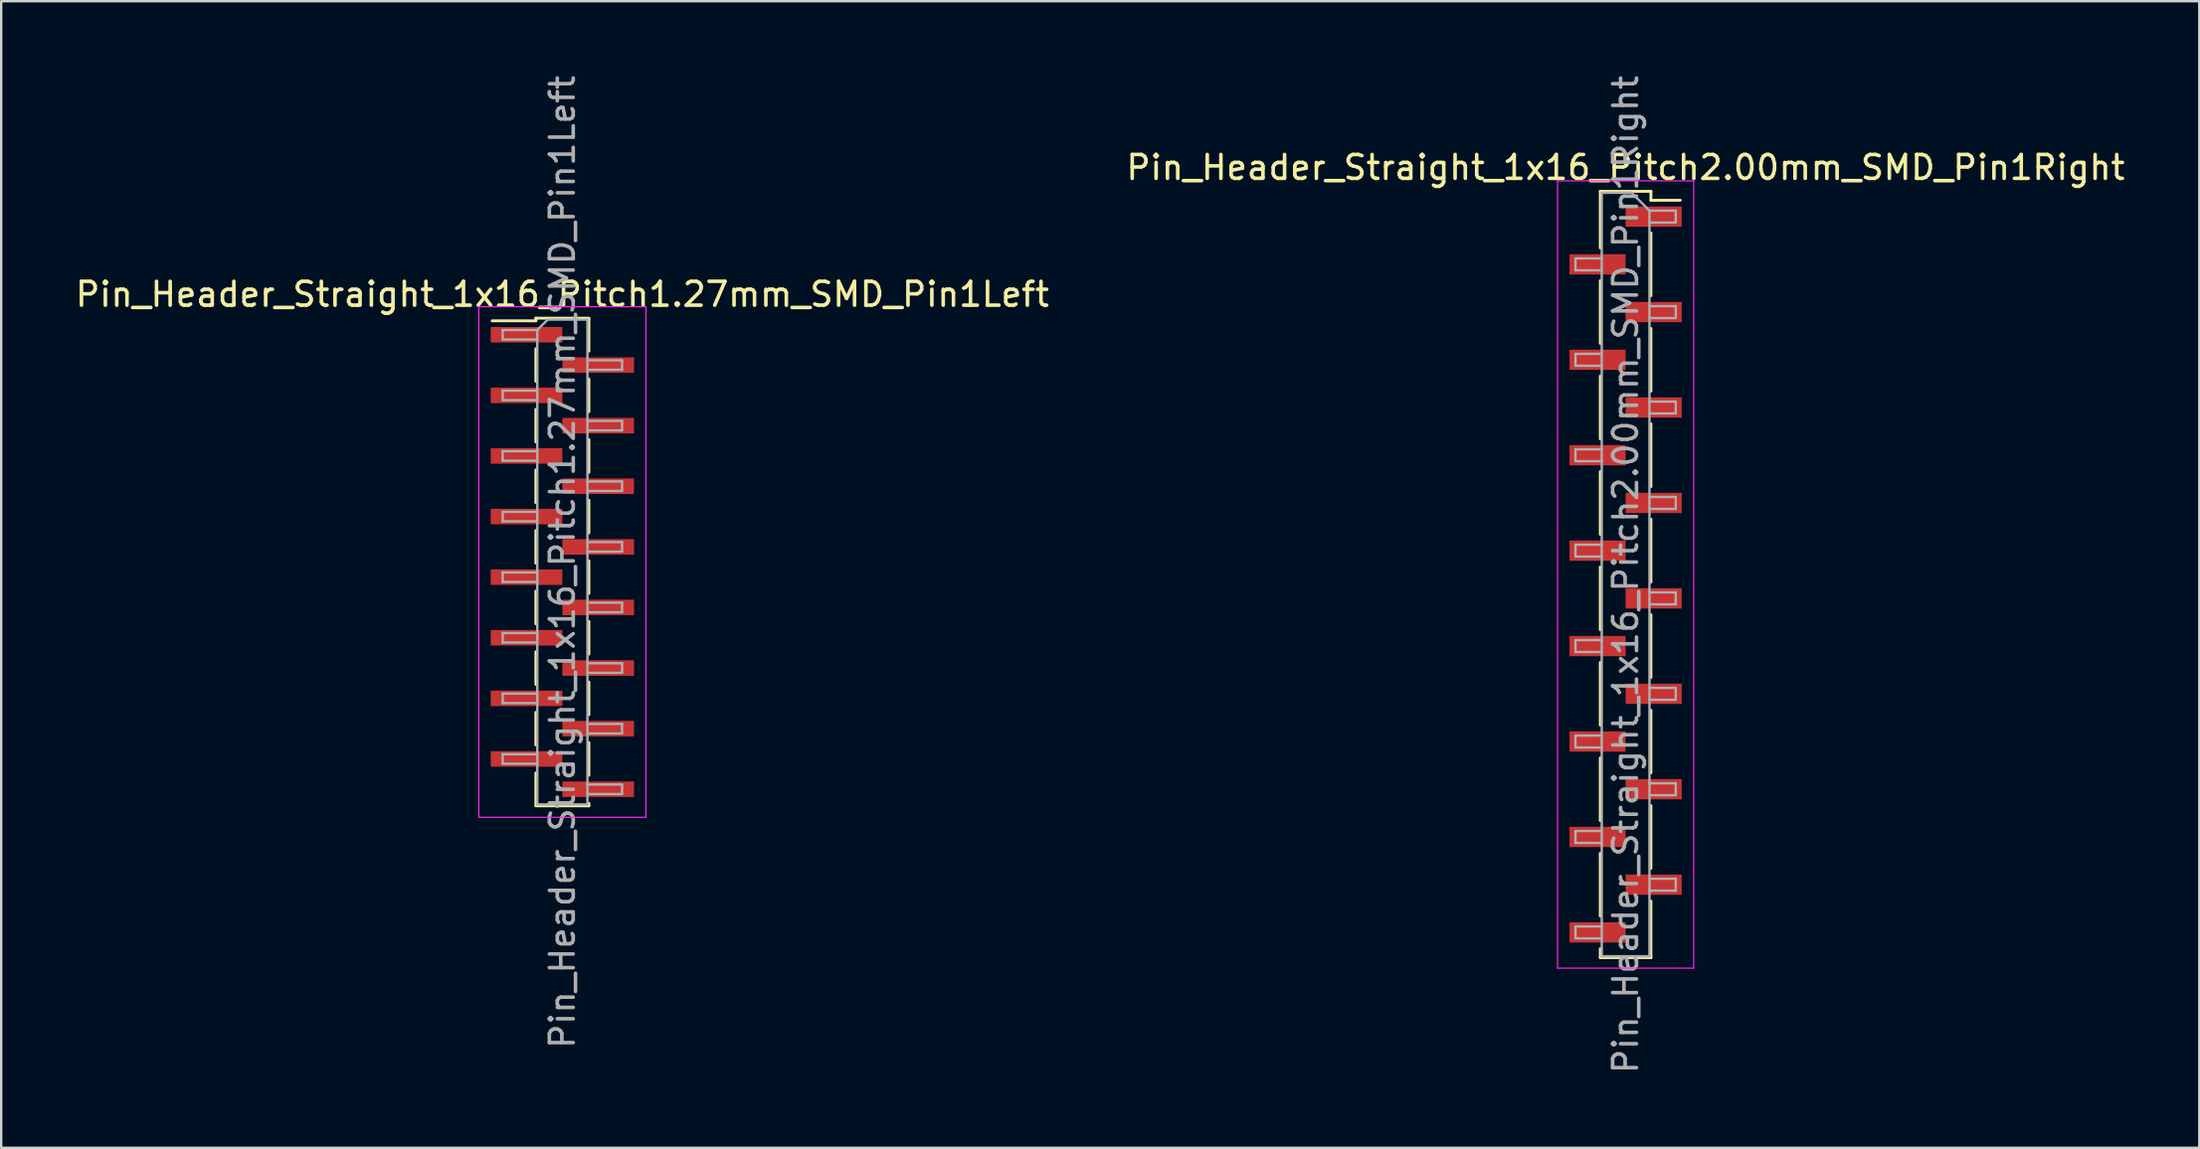
<source format=kicad_pcb>
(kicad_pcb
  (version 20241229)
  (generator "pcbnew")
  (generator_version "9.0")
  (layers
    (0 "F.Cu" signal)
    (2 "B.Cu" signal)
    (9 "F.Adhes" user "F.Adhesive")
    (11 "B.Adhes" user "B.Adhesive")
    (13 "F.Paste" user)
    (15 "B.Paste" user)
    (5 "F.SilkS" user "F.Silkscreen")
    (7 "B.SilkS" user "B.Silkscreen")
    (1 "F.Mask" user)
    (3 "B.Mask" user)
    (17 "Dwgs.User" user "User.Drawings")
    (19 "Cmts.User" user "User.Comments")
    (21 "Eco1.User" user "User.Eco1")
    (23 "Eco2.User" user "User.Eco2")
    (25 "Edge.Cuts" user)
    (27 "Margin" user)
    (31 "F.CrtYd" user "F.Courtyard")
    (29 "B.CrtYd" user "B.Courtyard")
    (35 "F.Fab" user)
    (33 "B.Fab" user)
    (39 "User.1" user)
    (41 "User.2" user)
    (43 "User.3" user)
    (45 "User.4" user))
  (footprint "Pin_Header_Straight_1x16_Pitch2.00mm_SMD_Pin1Right"
    (layer "F.Cu")
    (at 65.042 21.03)
    (property "Reference" "Pin_Header_Straight_1x16_Pitch2.00mm_SMD_Pin1Right" (at 0 -17.06 0) (layer "F.SilkS") (effects (font (size 1 1) (thickness 0.15))))
    (attr smd)
    (fp_line (start -1.06 -16.06) (end -1.06 -13.685) (stroke (width 0.12) (type solid)) (layer "F.SilkS"))
    (fp_line (start -1.06 -16.06) (end 1.06 -16.06) (stroke (width 0.12) (type solid)) (layer "F.SilkS"))
    (fp_line (start -1.06 -12.315) (end -1.06 -9.685) (stroke (width 0.12) (type solid)) (layer "F.SilkS"))
    (fp_line (start -1.06 -8.315) (end -1.06 -5.685) (stroke (width 0.12) (type solid)) (layer "F.SilkS"))
    (fp_line (start -1.06 -4.315) (end -1.06 -1.685) (stroke (width 0.12) (type solid)) (layer "F.SilkS"))
    (fp_line (start -1.06 -0.315) (end -1.06 2.315) (stroke (width 0.12) (type solid)) (layer "F.SilkS"))
    (fp_line (start -1.06 3.685) (end -1.06 6.315) (stroke (width 0.12) (type solid)) (layer "F.SilkS"))
    (fp_line (start -1.06 7.685) (end -1.06 10.315) (stroke (width 0.12) (type solid)) (layer "F.SilkS"))
    (fp_line (start -1.06 11.685) (end -1.06 14.315) (stroke (width 0.12) (type solid)) (layer "F.SilkS"))
    (fp_line (start -1.06 15.685) (end -1.06 16.06) (stroke (width 0.12) (type solid)) (layer "F.SilkS"))
    (fp_line (start -1.06 16.06) (end 1.06 16.06) (stroke (width 0.12) (type solid)) (layer "F.SilkS"))
    (fp_line (start 1.06 -16.06) (end 1.06 -15.685) (stroke (width 0.12) (type solid)) (layer "F.SilkS"))
    (fp_line (start 1.06 -15.685) (end 2.29 -15.685) (stroke (width 0.12) (type solid)) (layer "F.SilkS"))
    (fp_line (start 1.06 -14.315) (end 1.06 -11.685) (stroke (width 0.12) (type solid)) (layer "F.SilkS"))
    (fp_line (start 1.06 -10.315) (end 1.06 -7.685) (stroke (width 0.12) (type solid)) (layer "F.SilkS"))
    (fp_line (start 1.06 -6.315) (end 1.06 -3.685) (stroke (width 0.12) (type solid)) (layer "F.SilkS"))
    (fp_line (start 1.06 -2.315) (end 1.06 0.315) (stroke (width 0.12) (type solid)) (layer "F.SilkS"))
    (fp_line (start 1.06 1.685) (end 1.06 4.315) (stroke (width 0.12) (type solid)) (layer "F.SilkS"))
    (fp_line (start 1.06 5.685) (end 1.06 8.315) (stroke (width 0.12) (type solid)) (layer "F.SilkS"))
    (fp_line (start 1.06 9.685) (end 1.06 12.315) (stroke (width 0.12) (type solid)) (layer "F.SilkS"))
    (fp_line (start 1.06 13.685) (end 1.06 16.06) (stroke (width 0.12) (type solid)) (layer "F.SilkS"))
    (fp_line (start -2.85 -16.5) (end -2.85 16.5) (stroke (width 0.05) (type solid)) (layer "F.CrtYd"))
    (fp_line (start -2.85 16.5) (end 2.85 16.5) (stroke (width 0.05) (type solid)) (layer "F.CrtYd"))
    (fp_line (start 2.85 -16.5) (end -2.85 -16.5) (stroke (width 0.05) (type solid)) (layer "F.CrtYd"))
    (fp_line (start 2.85 16.5) (end 2.85 -16.5) (stroke (width 0.05) (type solid)) (layer "F.CrtYd"))
    (fp_line (start -2.1 -13.25) (end -2.1 -12.75) (stroke (width 0.1) (type solid)) (layer "F.Fab"))
    (fp_line (start -2.1 -12.75) (end -1 -12.75) (stroke (width 0.1) (type solid)) (layer "F.Fab"))
    (fp_line (start -2.1 -9.25) (end -2.1 -8.75) (stroke (width 0.1) (type solid)) (layer "F.Fab"))
    (fp_line (start -2.1 -8.75) (end -1 -8.75) (stroke (width 0.1) (type solid)) (layer "F.Fab"))
    (fp_line (start -2.1 -5.25) (end -2.1 -4.75) (stroke (width 0.1) (type solid)) (layer "F.Fab"))
    (fp_line (start -2.1 -4.75) (end -1 -4.75) (stroke (width 0.1) (type solid)) (layer "F.Fab"))
    (fp_line (start -2.1 -1.25) (end -2.1 -0.75) (stroke (width 0.1) (type solid)) (layer "F.Fab"))
    (fp_line (start -2.1 -0.75) (end -1 -0.75) (stroke (width 0.1) (type solid)) (layer "F.Fab"))
    (fp_line (start -2.1 2.75) (end -2.1 3.25) (stroke (width 0.1) (type solid)) (layer "F.Fab"))
    (fp_line (start -2.1 3.25) (end -1 3.25) (stroke (width 0.1) (type solid)) (layer "F.Fab"))
    (fp_line (start -2.1 6.75) (end -2.1 7.25) (stroke (width 0.1) (type solid)) (layer "F.Fab"))
    (fp_line (start -2.1 7.25) (end -1 7.25) (stroke (width 0.1) (type solid)) (layer "F.Fab"))
    (fp_line (start -2.1 10.75) (end -2.1 11.25) (stroke (width 0.1) (type solid)) (layer "F.Fab"))
    (fp_line (start -2.1 11.25) (end -1 11.25) (stroke (width 0.1) (type solid)) (layer "F.Fab"))
    (fp_line (start -2.1 14.75) (end -2.1 15.25) (stroke (width 0.1) (type solid)) (layer "F.Fab"))
    (fp_line (start -2.1 15.25) (end -1 15.25) (stroke (width 0.1) (type solid)) (layer "F.Fab"))
    (fp_line (start -1 -16) (end -1 16) (stroke (width 0.1) (type solid)) (layer "F.Fab"))
    (fp_line (start -1 -16) (end 0.25 -16) (stroke (width 0.1) (type solid)) (layer "F.Fab"))
    (fp_line (start -1 -13.25) (end -2.1 -13.25) (stroke (width 0.1) (type solid)) (layer "F.Fab"))
    (fp_line (start -1 -9.25) (end -2.1 -9.25) (stroke (width 0.1) (type solid)) (layer "F.Fab"))
    (fp_line (start -1 -5.25) (end -2.1 -5.25) (stroke (width 0.1) (type solid)) (layer "F.Fab"))
    (fp_line (start -1 -1.25) (end -2.1 -1.25) (stroke (width 0.1) (type solid)) (layer "F.Fab"))
    (fp_line (start -1 2.75) (end -2.1 2.75) (stroke (width 0.1) (type solid)) (layer "F.Fab"))
    (fp_line (start -1 6.75) (end -2.1 6.75) (stroke (width 0.1) (type solid)) (layer "F.Fab"))
    (fp_line (start -1 10.75) (end -2.1 10.75) (stroke (width 0.1) (type solid)) (layer "F.Fab"))
    (fp_line (start -1 14.75) (end -2.1 14.75) (stroke (width 0.1) (type solid)) (layer "F.Fab"))
    (fp_line (start 1 -15.25) (end 0.25 -16) (stroke (width 0.1) (type solid)) (layer "F.Fab"))
    (fp_line (start 1 -15.25) (end 2.1 -15.25) (stroke (width 0.1) (type solid)) (layer "F.Fab"))
    (fp_line (start 1 -11.25) (end 2.1 -11.25) (stroke (width 0.1) (type solid)) (layer "F.Fab"))
    (fp_line (start 1 -7.25) (end 2.1 -7.25) (stroke (width 0.1) (type solid)) (layer "F.Fab"))
    (fp_line (start 1 -3.25) (end 2.1 -3.25) (stroke (width 0.1) (type solid)) (layer "F.Fab"))
    (fp_line (start 1 0.75) (end 2.1 0.75) (stroke (width 0.1) (type solid)) (layer "F.Fab"))
    (fp_line (start 1 4.75) (end 2.1 4.75) (stroke (width 0.1) (type solid)) (layer "F.Fab"))
    (fp_line (start 1 8.75) (end 2.1 8.75) (stroke (width 0.1) (type solid)) (layer "F.Fab"))
    (fp_line (start 1 12.75) (end 2.1 12.75) (stroke (width 0.1) (type solid)) (layer "F.Fab"))
    (fp_line (start 1 16) (end -1 16) (stroke (width 0.1) (type solid)) (layer "F.Fab"))
    (fp_line (start 1 16) (end 1 -15.25) (stroke (width 0.1) (type solid)) (layer "F.Fab"))
    (fp_line (start 2.1 -15.25) (end 2.1 -14.75) (stroke (width 0.1) (type solid)) (layer "F.Fab"))
    (fp_line (start 2.1 -14.75) (end 1 -14.75) (stroke (width 0.1) (type solid)) (layer "F.Fab"))
    (fp_line (start 2.1 -11.25) (end 2.1 -10.75) (stroke (width 0.1) (type solid)) (layer "F.Fab"))
    (fp_line (start 2.1 -10.75) (end 1 -10.75) (stroke (width 0.1) (type solid)) (layer "F.Fab"))
    (fp_line (start 2.1 -7.25) (end 2.1 -6.75) (stroke (width 0.1) (type solid)) (layer "F.Fab"))
    (fp_line (start 2.1 -6.75) (end 1 -6.75) (stroke (width 0.1) (type solid)) (layer "F.Fab"))
    (fp_line (start 2.1 -3.25) (end 2.1 -2.75) (stroke (width 0.1) (type solid)) (layer "F.Fab"))
    (fp_line (start 2.1 -2.75) (end 1 -2.75) (stroke (width 0.1) (type solid)) (layer "F.Fab"))
    (fp_line (start 2.1 0.75) (end 2.1 1.25) (stroke (width 0.1) (type solid)) (layer "F.Fab"))
    (fp_line (start 2.1 1.25) (end 1 1.25) (stroke (width 0.1) (type solid)) (layer "F.Fab"))
    (fp_line (start 2.1 4.75) (end 2.1 5.25) (stroke (width 0.1) (type solid)) (layer "F.Fab"))
    (fp_line (start 2.1 5.25) (end 1 5.25) (stroke (width 0.1) (type solid)) (layer "F.Fab"))
    (fp_line (start 2.1 8.75) (end 2.1 9.25) (stroke (width 0.1) (type solid)) (layer "F.Fab"))
    (fp_line (start 2.1 9.25) (end 1 9.25) (stroke (width 0.1) (type solid)) (layer "F.Fab"))
    (fp_line (start 2.1 12.75) (end 2.1 13.25) (stroke (width 0.1) (type solid)) (layer "F.Fab"))
    (fp_line (start 2.1 13.25) (end 1 13.25) (stroke (width 0.1) (type solid)) (layer "F.Fab"))
    (fp_text user "${REFERENCE}" (at 0 0 90) (layer "F.Fab") (effects (font (size 1 1) (thickness 0.15))))
    (pad "1" smd rect (at 1.175 -15) (size 2.35 0.85) (layers "F.Cu" "F.Mask" "F.Paste"))
    (pad "2" smd rect (at -1.175 -13) (size 2.35 0.85) (layers "F.Cu" "F.Mask" "F.Paste"))
    (pad "3" smd rect (at 1.175 -11) (size 2.35 0.85) (layers "F.Cu" "F.Mask" "F.Paste"))
    (pad "4" smd rect (at -1.175 -9) (size 2.35 0.85) (layers "F.Cu" "F.Mask" "F.Paste"))
    (pad "5" smd rect (at 1.175 -7) (size 2.35 0.85) (layers "F.Cu" "F.Mask" "F.Paste"))
    (pad "6" smd rect (at -1.175 -5) (size 2.35 0.85) (layers "F.Cu" "F.Mask" "F.Paste"))
    (pad "7" smd rect (at 1.175 -3) (size 2.35 0.85) (layers "F.Cu" "F.Mask" "F.Paste"))
    (pad "8" smd rect (at -1.175 -1) (size 2.35 0.85) (layers "F.Cu" "F.Mask" "F.Paste"))
    (pad "9" smd rect (at 1.175 1) (size 2.35 0.85) (layers "F.Cu" "F.Mask" "F.Paste"))
    (pad "10" smd rect (at -1.175 3) (size 2.35 0.85) (layers "F.Cu" "F.Mask" "F.Paste"))
    (pad "11" smd rect (at 1.175 5) (size 2.35 0.85) (layers "F.Cu" "F.Mask" "F.Paste"))
    (pad "12" smd rect (at -1.175 7) (size 2.35 0.85) (layers "F.Cu" "F.Mask" "F.Paste"))
    (pad "13" smd rect (at 1.175 9) (size 2.35 0.85) (layers "F.Cu" "F.Mask" "F.Paste"))
    (pad "14" smd rect (at -1.175 11) (size 2.35 0.85) (layers "F.Cu" "F.Mask" "F.Paste"))
    (pad "15" smd rect (at 1.175 13) (size 2.35 0.85) (layers "F.Cu" "F.Mask" "F.Paste"))
    (pad "16" smd rect (at -1.175 15) (size 2.35 0.85) (layers "F.Cu" "F.Mask" "F.Paste")))
  (footprint "Pin_Header_Straight_1x16_Pitch1.27mm_SMD_Pin1Left"
    (layer "F.Cu")
    (at 20.506 20.506)
    (property "Reference" "Pin_Header_Straight_1x16_Pitch1.27mm_SMD_Pin1Left" (at 0 -11.22 0) (layer "F.SilkS") (effects (font (size 1 1) (thickness 0.15))))
    (attr smd)
    (fp_line (start -1.11 -10.22) (end -1.11 -10.11) (stroke (width 0.12) (type solid)) (layer "F.SilkS"))
    (fp_line (start -1.11 -10.22) (end 1.11 -10.22) (stroke (width 0.12) (type solid)) (layer "F.SilkS"))
    (fp_line (start -1.11 -10.11) (end -2.94 -10.11) (stroke (width 0.12) (type solid)) (layer "F.SilkS"))
    (fp_line (start -1.11 -8.94) (end -1.11 -7.57) (stroke (width 0.12) (type solid)) (layer "F.SilkS"))
    (fp_line (start -1.11 -6.4) (end -1.11 -5.03) (stroke (width 0.12) (type solid)) (layer "F.SilkS"))
    (fp_line (start -1.11 -3.86) (end -1.11 -2.49) (stroke (width 0.12) (type solid)) (layer "F.SilkS"))
    (fp_line (start -1.11 -1.32) (end -1.11 0.05) (stroke (width 0.12) (type solid)) (layer "F.SilkS"))
    (fp_line (start -1.11 1.22) (end -1.11 2.59) (stroke (width 0.12) (type solid)) (layer "F.SilkS"))
    (fp_line (start -1.11 3.76) (end -1.11 5.13) (stroke (width 0.12) (type solid)) (layer "F.SilkS"))
    (fp_line (start -1.11 6.3) (end -1.11 7.67) (stroke (width 0.12) (type solid)) (layer "F.SilkS"))
    (fp_line (start -1.11 8.84) (end -1.11 10.21) (stroke (width 0.12) (type solid)) (layer "F.SilkS"))
    (fp_line (start -1.11 10.22) (end 1.11 10.22) (stroke (width 0.12) (type solid)) (layer "F.SilkS"))
    (fp_line (start 1.11 -10.21) (end 1.11 -8.84) (stroke (width 0.12) (type solid)) (layer "F.SilkS"))
    (fp_line (start 1.11 -7.67) (end 1.11 -6.3) (stroke (width 0.12) (type solid)) (layer "F.SilkS"))
    (fp_line (start 1.11 -5.13) (end 1.11 -3.76) (stroke (width 0.12) (type solid)) (layer "F.SilkS"))
    (fp_line (start 1.11 -2.59) (end 1.11 -1.22) (stroke (width 0.12) (type solid)) (layer "F.SilkS"))
    (fp_line (start 1.11 -0.05) (end 1.11 1.32) (stroke (width 0.12) (type solid)) (layer "F.SilkS"))
    (fp_line (start 1.11 2.49) (end 1.11 3.86) (stroke (width 0.12) (type solid)) (layer "F.SilkS"))
    (fp_line (start 1.11 5.03) (end 1.11 6.4) (stroke (width 0.12) (type solid)) (layer "F.SilkS"))
    (fp_line (start 1.11 7.57) (end 1.11 8.94) (stroke (width 0.12) (type solid)) (layer "F.SilkS"))
    (fp_line (start 1.11 10.11) (end 1.11 10.22) (stroke (width 0.12) (type solid)) (layer "F.SilkS"))
    (fp_line (start -3.5 -10.7) (end -3.5 10.7) (stroke (width 0.05) (type solid)) (layer "F.CrtYd"))
    (fp_line (start -3.5 10.7) (end 3.5 10.7) (stroke (width 0.05) (type solid)) (layer "F.CrtYd"))
    (fp_line (start 3.5 -10.7) (end -3.5 -10.7) (stroke (width 0.05) (type solid)) (layer "F.CrtYd"))
    (fp_line (start 3.5 10.7) (end 3.5 -10.7) (stroke (width 0.05) (type solid)) (layer "F.CrtYd"))
    (fp_line (start -2.5 -9.725) (end -2.5 -9.325) (stroke (width 0.1) (type solid)) (layer "F.Fab"))
    (fp_line (start -2.5 -9.325) (end -1.05 -9.325) (stroke (width 0.1) (type solid)) (layer "F.Fab"))
    (fp_line (start -2.5 -7.185) (end -2.5 -6.785) (stroke (width 0.1) (type solid)) (layer "F.Fab"))
    (fp_line (start -2.5 -6.785) (end -1.05 -6.785) (stroke (width 0.1) (type solid)) (layer "F.Fab"))
    (fp_line (start -2.5 -4.645) (end -2.5 -4.245) (stroke (width 0.1) (type solid)) (layer "F.Fab"))
    (fp_line (start -2.5 -4.245) (end -1.05 -4.245) (stroke (width 0.1) (type solid)) (layer "F.Fab"))
    (fp_line (start -2.5 -2.105) (end -2.5 -1.705) (stroke (width 0.1) (type solid)) (layer "F.Fab"))
    (fp_line (start -2.5 -1.705) (end -1.05 -1.705) (stroke (width 0.1) (type solid)) (layer "F.Fab"))
    (fp_line (start -2.5 0.435) (end -2.5 0.835) (stroke (width 0.1) (type solid)) (layer "F.Fab"))
    (fp_line (start -2.5 0.835) (end -1.05 0.835) (stroke (width 0.1) (type solid)) (layer "F.Fab"))
    (fp_line (start -2.5 2.975) (end -2.5 3.375) (stroke (width 0.1) (type solid)) (layer "F.Fab"))
    (fp_line (start -2.5 3.375) (end -1.05 3.375) (stroke (width 0.1) (type solid)) (layer "F.Fab"))
    (fp_line (start -2.5 5.515) (end -2.5 5.915) (stroke (width 0.1) (type solid)) (layer "F.Fab"))
    (fp_line (start -2.5 5.915) (end -1.05 5.915) (stroke (width 0.1) (type solid)) (layer "F.Fab"))
    (fp_line (start -2.5 8.055) (end -2.5 8.455) (stroke (width 0.1) (type solid)) (layer "F.Fab"))
    (fp_line (start -2.5 8.455) (end -1.05 8.455) (stroke (width 0.1) (type solid)) (layer "F.Fab"))
    (fp_line (start -1.05 -9.725) (end -2.5 -9.725) (stroke (width 0.1) (type solid)) (layer "F.Fab"))
    (fp_line (start -1.05 -9.725) (end -0.615 -10.16) (stroke (width 0.1) (type solid)) (layer "F.Fab"))
    (fp_line (start -1.05 -7.185) (end -2.5 -7.185) (stroke (width 0.1) (type solid)) (layer "F.Fab"))
    (fp_line (start -1.05 -4.645) (end -2.5 -4.645) (stroke (width 0.1) (type solid)) (layer "F.Fab"))
    (fp_line (start -1.05 -2.105) (end -2.5 -2.105) (stroke (width 0.1) (type solid)) (layer "F.Fab"))
    (fp_line (start -1.05 0.435) (end -2.5 0.435) (stroke (width 0.1) (type solid)) (layer "F.Fab"))
    (fp_line (start -1.05 2.975) (end -2.5 2.975) (stroke (width 0.1) (type solid)) (layer "F.Fab"))
    (fp_line (start -1.05 5.515) (end -2.5 5.515) (stroke (width 0.1) (type solid)) (layer "F.Fab"))
    (fp_line (start -1.05 8.055) (end -2.5 8.055) (stroke (width 0.1) (type solid)) (layer "F.Fab"))
    (fp_line (start -1.05 10.16) (end -1.05 -9.725) (stroke (width 0.1) (type solid)) (layer "F.Fab"))
    (fp_line (start -0.615 -10.16) (end 1.05 -10.16) (stroke (width 0.1) (type solid)) (layer "F.Fab"))
    (fp_line (start 1.05 -10.16) (end 1.05 10.16) (stroke (width 0.1) (type solid)) (layer "F.Fab"))
    (fp_line (start 1.05 -8.455) (end 2.5 -8.455) (stroke (width 0.1) (type solid)) (layer "F.Fab"))
    (fp_line (start 1.05 -5.915) (end 2.5 -5.915) (stroke (width 0.1) (type solid)) (layer "F.Fab"))
    (fp_line (start 1.05 -3.375) (end 2.5 -3.375) (stroke (width 0.1) (type solid)) (layer "F.Fab"))
    (fp_line (start 1.05 -0.835) (end 2.5 -0.835) (stroke (width 0.1) (type solid)) (layer "F.Fab"))
    (fp_line (start 1.05 1.705) (end 2.5 1.705) (stroke (width 0.1) (type solid)) (layer "F.Fab"))
    (fp_line (start 1.05 4.245) (end 2.5 4.245) (stroke (width 0.1) (type solid)) (layer "F.Fab"))
    (fp_line (start 1.05 6.785) (end 2.5 6.785) (stroke (width 0.1) (type solid)) (layer "F.Fab"))
    (fp_line (start 1.05 9.325) (end 2.5 9.325) (stroke (width 0.1) (type solid)) (layer "F.Fab"))
    (fp_line (start 1.05 10.16) (end -1.05 10.16) (stroke (width 0.1) (type solid)) (layer "F.Fab"))
    (fp_line (start 2.5 -8.455) (end 2.5 -8.055) (stroke (width 0.1) (type solid)) (layer "F.Fab"))
    (fp_line (start 2.5 -8.055) (end 1.05 -8.055) (stroke (width 0.1) (type solid)) (layer "F.Fab"))
    (fp_line (start 2.5 -5.915) (end 2.5 -5.515) (stroke (width 0.1) (type solid)) (layer "F.Fab"))
    (fp_line (start 2.5 -5.515) (end 1.05 -5.515) (stroke (width 0.1) (type solid)) (layer "F.Fab"))
    (fp_line (start 2.5 -3.375) (end 2.5 -2.975) (stroke (width 0.1) (type solid)) (layer "F.Fab"))
    (fp_line (start 2.5 -2.975) (end 1.05 -2.975) (stroke (width 0.1) (type solid)) (layer "F.Fab"))
    (fp_line (start 2.5 -0.835) (end 2.5 -0.435) (stroke (width 0.1) (type solid)) (layer "F.Fab"))
    (fp_line (start 2.5 -0.435) (end 1.05 -0.435) (stroke (width 0.1) (type solid)) (layer "F.Fab"))
    (fp_line (start 2.5 1.705) (end 2.5 2.105) (stroke (width 0.1) (type solid)) (layer "F.Fab"))
    (fp_line (start 2.5 2.105) (end 1.05 2.105) (stroke (width 0.1) (type solid)) (layer "F.Fab"))
    (fp_line (start 2.5 4.245) (end 2.5 4.645) (stroke (width 0.1) (type solid)) (layer "F.Fab"))
    (fp_line (start 2.5 4.645) (end 1.05 4.645) (stroke (width 0.1) (type solid)) (layer "F.Fab"))
    (fp_line (start 2.5 6.785) (end 2.5 7.185) (stroke (width 0.1) (type solid)) (layer "F.Fab"))
    (fp_line (start 2.5 7.185) (end 1.05 7.185) (stroke (width 0.1) (type solid)) (layer "F.Fab"))
    (fp_line (start 2.5 9.325) (end 2.5 9.725) (stroke (width 0.1) (type solid)) (layer "F.Fab"))
    (fp_line (start 2.5 9.725) (end 1.05 9.725) (stroke (width 0.1) (type solid)) (layer "F.Fab"))
    (fp_text user "${REFERENCE}" (at 0 0 90) (layer "F.Fab") (effects (font (size 1 1) (thickness 0.15))))
    (pad "1" smd rect (at -1.5 -9.525) (size 3 0.65) (layers "F.Cu" "F.Mask" "F.Paste"))
    (pad "2" smd rect (at 1.5 -8.255) (size 3 0.65) (layers "F.Cu" "F.Mask" "F.Paste"))
    (pad "3" smd rect (at -1.5 -6.985) (size 3 0.65) (layers "F.Cu" "F.Mask" "F.Paste"))
    (pad "4" smd rect (at 1.5 -5.715) (size 3 0.65) (layers "F.Cu" "F.Mask" "F.Paste"))
    (pad "5" smd rect (at -1.5 -4.445) (size 3 0.65) (layers "F.Cu" "F.Mask" "F.Paste"))
    (pad "6" smd rect (at 1.5 -3.175) (size 3 0.65) (layers "F.Cu" "F.Mask" "F.Paste"))
    (pad "7" smd rect (at -1.5 -1.905) (size 3 0.65) (layers "F.Cu" "F.Mask" "F.Paste"))
    (pad "8" smd rect (at 1.5 -0.635) (size 3 0.65) (layers "F.Cu" "F.Mask" "F.Paste"))
    (pad "9" smd rect (at -1.5 0.635) (size 3 0.65) (layers "F.Cu" "F.Mask" "F.Paste"))
    (pad "10" smd rect (at 1.5 1.905) (size 3 0.65) (layers "F.Cu" "F.Mask" "F.Paste"))
    (pad "11" smd rect (at -1.5 3.175) (size 3 0.65) (layers "F.Cu" "F.Mask" "F.Paste"))
    (pad "12" smd rect (at 1.5 4.445) (size 3 0.65) (layers "F.Cu" "F.Mask" "F.Paste"))
    (pad "13" smd rect (at -1.5 5.715) (size 3 0.65) (layers "F.Cu" "F.Mask" "F.Paste"))
    (pad "14" smd rect (at 1.5 6.985) (size 3 0.65) (layers "F.Cu" "F.Mask" "F.Paste"))
    (pad "15" smd rect (at -1.5 8.255) (size 3 0.65) (layers "F.Cu" "F.Mask" "F.Paste"))
    (pad "16" smd rect (at 1.5 9.525) (size 3 0.65) (layers "F.Cu" "F.Mask" "F.Paste")))
  (gr_rect
    (start -3 -3)
    (end 89.071 45.06)
    (stroke (width 0.1) (type default))
    (fill no)
    (layer "Edge.Cuts")))
</source>
